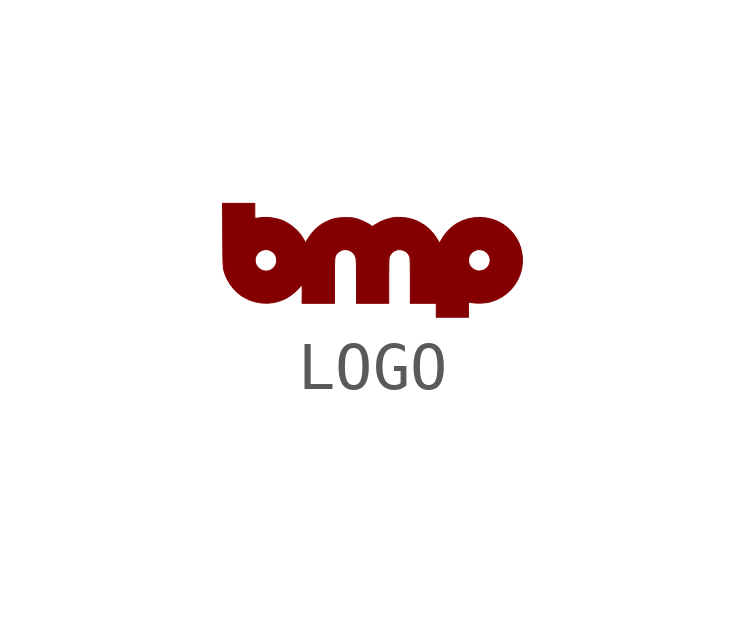
<source format=kicad_sym>
(kicad_symbol_lib
  (version 20220914)
  (generator bitmap2component)
  (symbol "LOGO"
    (pin_names
      (offset 1.016))
    (property "Reference" "#G"
      (at 0 1.865 0)
      (effects (font (size 1.27 1.27)) hide))
    (symbol "LOGO_0_0"
      (polyline (pts (xy 1.99 -1.022) (xy 1.99 -0.864) (xy 2.067 -0.877) (xy 2.114 -0.884) (xy 2.196 -0.887) (xy 2.284 -0.885) (xy 2.37 -0.876) (xy 2.445 -0.861) (xy 2.454 -0.858) (xy 2.575 -0.815) (xy 2.688 -0.756) (xy 2.79 -0.682) (xy 2.881 -0.596) (xy 2.958 -0.498) (xy 3.021 -0.392) (xy 3.069 -0.277) (xy 3.101 -0.157) (xy 3.115 -0.032) (xy 3.11 0.095) (xy 3.1 0.166) (xy 3.076 0.271) (xy 3.04 0.367) (xy 2.99 0.461) (xy 2.924 0.557) (xy 2.894 0.593) (xy 2.805 0.683) (xy 2.706 0.757) (xy 2.597 0.816) (xy 2.481 0.86) (xy 2.36 0.887) (xy 2.236 0.898) (xy 2.111 0.892) (xy 1.986 0.869) (xy 1.865 0.828) (xy 1.748 0.77) (xy 1.709 0.744) (xy 1.623 0.676) (xy 1.542 0.594) (xy 1.472 0.504) (xy 1.416 0.411) (xy 1.389 0.358) (xy 1.345 0.434) (xy 1.341 0.441) (xy 1.264 0.554) (xy 1.174 0.653) (xy 1.071 0.737) (xy 0.955 0.805) (xy 0.878 0.84) (xy 0.787 0.869) (xy 0.692 0.888) (xy 0.585 0.897) (xy 0.569 0.897) (xy 0.512 0.899) (xy 0.465 0.897) (xy 0.421 0.891) (xy 0.373 0.882) (xy 0.372 0.881) (xy 0.259 0.849) (xy 0.154 0.806) (xy 0.062 0.753) (xy 0.029 0.732) (xy 0.002 0.717) (xy -0.017 0.712) (xy -0.03 0.716) (xy -0.044 0.729) (xy -0.046 0.731) (xy -0.068 0.747) (xy -0.105 0.769) (xy -0.151 0.792) (xy -0.202 0.817) (xy -0.254 0.839) (xy -0.303 0.858) (xy -0.345 0.872) (xy -0.38 0.88) (xy -0.417 0.887) (xy -0.459 0.891) (xy -0.509 0.893) (xy -0.575 0.893) (xy -0.606 0.893) (xy -0.692 0.889) (xy -0.765 0.88) (xy -0.832 0.865) (xy -0.897 0.841) (xy -0.968 0.809) (xy -1.029 0.776) (xy -1.092 0.737) (xy -1.149 0.692) (xy -1.209 0.637) (xy -1.22 0.626) (xy -1.25 0.592) (xy -1.282 0.552) (xy -1.314 0.509) (xy -1.343 0.467) (xy -1.368 0.43) (xy -1.384 0.401) (xy -1.39 0.383) (xy -1.392 0.373) (xy -1.399 0.372) (xy -1.412 0.387) (xy -1.429 0.417) (xy -1.446 0.449) (xy -1.505 0.538) (xy -1.579 0.623) (xy -1.665 0.701) (xy -1.759 0.768) (xy -1.857 0.822) (xy -1.935 0.852) (xy -2.043 0.879) (xy -2.156 0.895) (xy -2.268 0.898) (xy -2.373 0.888) (xy -2.382 0.886) (xy -2.418 0.881) (xy -2.444 0.878) (xy -2.455 0.878) (xy -2.456 0.882) (xy -2.458 0.903) (xy -2.459 0.938) (xy -2.46 0.983) (xy -2.46 1.037) (xy -2.46 1.19) (xy -2.796 1.19) (xy -3.131 1.19) (xy -3.127 0.532) (xy -3.127 0.418) (xy -3.126 0.299) (xy -3.125 0.197) (xy -3.124 0.11) (xy -3.123 0.036) (xy -3.122 -0.004) (xy -2.453 -0.004) (xy -2.447 0.057) (xy -2.432 0.099) (xy -2.397 0.152) (xy -2.352 0.191) (xy -2.299 0.217) (xy -2.241 0.229) (xy -2.182 0.225) (xy -2.124 0.205) (xy -2.071 0.167) (xy -2.058 0.154) (xy -2.023 0.101) (xy -2.005 0.043) (xy -2.002 -0.016) (xy -2.016 -0.074) (xy -2.044 -0.127) (xy -2.086 -0.171) (xy -2.142 -0.204) (xy -2.159 -0.211) (xy -2.22 -0.221) (xy -2.278 -0.214) (xy -2.333 -0.193) (xy -2.38 -0.159) (xy -2.417 -0.115) (xy -2.443 -0.062) (xy -2.453 -0.004) (xy -3.122 -0.004) (xy -3.121 -0.025) (xy -3.119 -0.076) (xy -3.116 -0.119) (xy -3.112 -0.155) (xy -3.107 -0.186) (xy -3.101 -0.213) (xy -3.094 -0.239) (xy -3.086 -0.264) (xy -3.076 -0.291) (xy -3.065 -0.321) (xy -3.031 -0.395) (xy -2.974 -0.49) (xy -2.904 -0.582) (xy -2.825 -0.663) (xy -2.742 -0.729) (xy -2.689 -0.762) (xy -2.571 -0.821) (xy -2.447 -0.861) (xy -2.322 -0.884) (xy -2.195 -0.889) (xy -2.07 -0.876) (xy -1.947 -0.845) (xy -1.829 -0.797) (xy -1.718 -0.731) (xy -1.616 -0.648) (xy -1.589 -0.623) (xy -1.555 -0.588) (xy -1.527 -0.558) (xy -1.509 -0.536) (xy -1.503 -0.527) (xy -1.487 -0.508) (xy -1.477 -0.5) (xy -1.477 -0.5) (xy -1.475 -0.512) (xy -1.473 -0.54) (xy -1.472 -0.583) (xy -1.472 -0.635) (xy -1.472 -0.695) (xy -1.475 -0.89) (xy -1.137 -0.89) (xy -0.8 -0.89) (xy -0.8 -0.42) (xy -0.8 -0.354) (xy -0.8 -0.25) (xy -0.8 -0.163) (xy -0.799 -0.092) (xy -0.797 -0.034) (xy -0.795 0.012) (xy -0.791 0.048) (xy -0.787 0.076) (xy -0.78 0.098) (xy -0.773 0.115) (xy -0.763 0.13) (xy -0.751 0.144) (xy -0.737 0.159) (xy -0.713 0.181) (xy -0.657 0.214) (xy -0.596 0.229) (xy -0.532 0.225) (xy -0.469 0.202) (xy -0.462 0.198) (xy -0.408 0.158) (xy -0.371 0.105) (xy -0.35 0.041) (xy -0.349 0.036) (xy -0.347 0.008) (xy -0.345 -0.038) (xy -0.343 -0.098) (xy -0.342 -0.172) (xy -0.341 -0.257) (xy -0.34 -0.351) (xy -0.34 -0.451) (xy -0.34 -0.89) (xy -0.005 -0.89) (xy 0.33 -0.89) (xy 0.33 -0.421) (xy 0.33 -0.314) (xy 0.331 -0.203) (xy 0.332 -0.11) (xy 0.333 -0.035) (xy 0.335 0.021) (xy 0.338 0.059) (xy 0.341 0.077) (xy 0.341 0.079) (xy 0.373 0.138) (xy 0.418 0.183) (xy 0.471 0.214) (xy 0.531 0.228) (xy 0.594 0.226) (xy 0.657 0.205) (xy 0.693 0.183) (xy 0.739 0.138) (xy 0.768 0.081) (xy 0.77 0.076) (xy 0.772 0.053) (xy 0.775 0.016) (xy 0.775 0.005) (xy 1.991 0.005) (xy 1.992 0.033) (xy 2.008 0.093) (xy 2.039 0.144) (xy 2.081 0.185) (xy 2.133 0.213) (xy 2.191 0.227) (xy 2.253 0.226) (xy 2.315 0.206) (xy 2.334 0.197) (xy 2.383 0.158) (xy 2.417 0.11) (xy 2.437 0.056) (xy 2.443 -0.001) (xy 2.434 -0.058) (xy 2.41 -0.111) (xy 2.372 -0.157) (xy 2.319 -0.194) (xy 2.29 -0.206) (xy 2.225 -0.219) (xy 2.162 -0.213) (xy 2.103 -0.189) (xy 2.05 -0.146) (xy 2.016 -0.103) (xy 1.997 -0.054) (xy 1.991 0.005) (xy 0.775 0.005) (xy 0.777 -0.036) (xy 0.778 -0.106) (xy 0.779 -0.193) (xy 0.78 -0.297) (xy 0.78 -0.421) (xy 0.78 -0.89) (xy 1.05 -0.89) (xy 1.32 -0.89) (xy 1.32 -1.035) (xy 1.32 -1.18) (xy 1.655 -1.18) (xy 1.99 -1.18) (xy 1.99 -1.022)) (stroke (width 0.01) (type default)) (fill (type outline))))))
</source>
